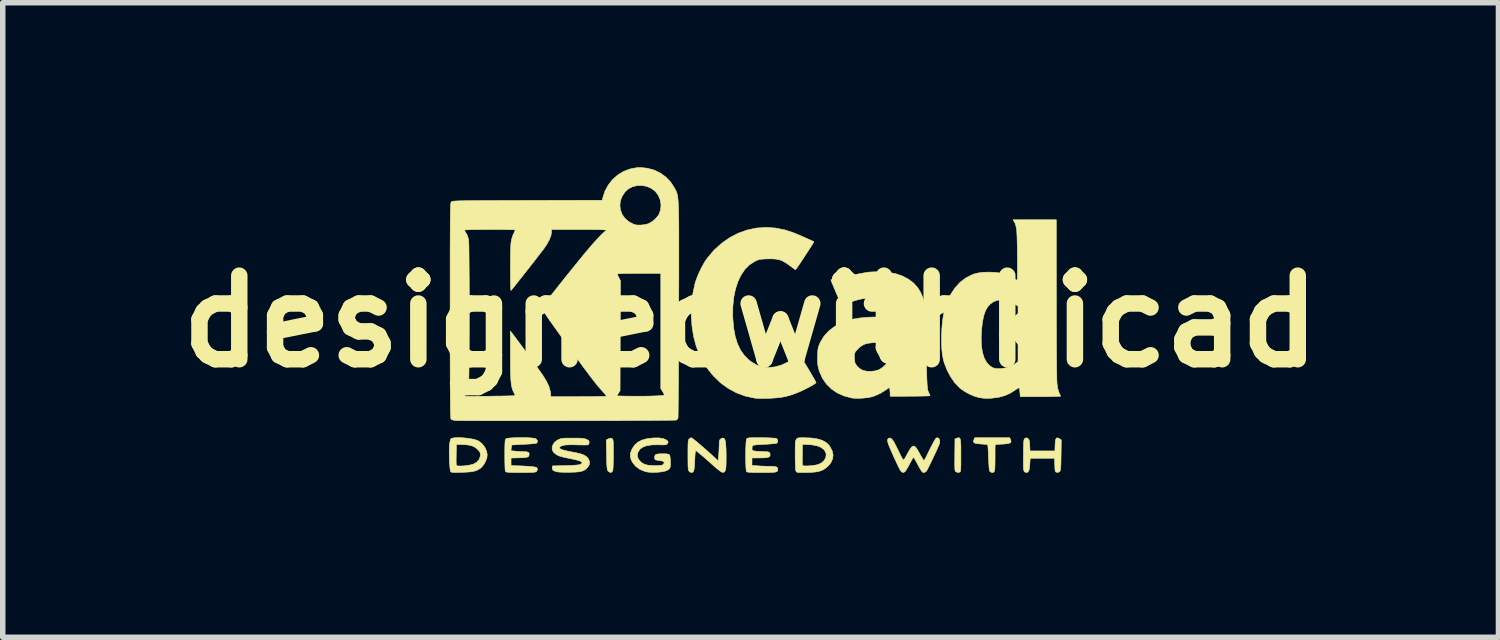
<source format=kicad_pcb>
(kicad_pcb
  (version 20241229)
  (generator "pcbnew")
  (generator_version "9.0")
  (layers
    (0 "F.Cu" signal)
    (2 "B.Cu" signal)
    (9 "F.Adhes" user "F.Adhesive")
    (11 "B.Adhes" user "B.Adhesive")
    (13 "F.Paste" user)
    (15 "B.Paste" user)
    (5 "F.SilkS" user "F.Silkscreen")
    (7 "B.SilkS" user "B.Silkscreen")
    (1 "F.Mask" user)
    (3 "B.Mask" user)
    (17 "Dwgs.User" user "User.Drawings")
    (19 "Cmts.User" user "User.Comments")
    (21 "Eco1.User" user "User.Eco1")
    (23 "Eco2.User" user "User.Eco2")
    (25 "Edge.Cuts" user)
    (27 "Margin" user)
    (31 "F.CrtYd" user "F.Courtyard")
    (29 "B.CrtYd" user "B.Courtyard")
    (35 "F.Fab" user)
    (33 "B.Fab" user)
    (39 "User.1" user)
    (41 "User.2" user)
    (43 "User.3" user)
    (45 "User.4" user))
  (footprint "designedwithkicad"
    (layer "F.Cu")
    (at 10.639 2.812)
    (property "Reference" "designedwithkicad" (at 0 0 0) (layer "F.SilkS") (effects (font (size 1.524 1.524) (thickness 0.3))))
    (attr through_hole)
    (fp_poly (pts (xy -2.524 2.136) (xy -2.51 2.163) (xy -2.506 2.188) (xy -2.504 2.233) (xy -2.503 2.293) (xy -2.502 2.363) (xy -2.502 2.438) (xy -2.503 2.514) (xy -2.505 2.585) (xy -2.507 2.646) (xy -2.51 2.693) (xy -2.513 2.72) (xy -2.514 2.723) (xy -2.534 2.75) (xy -2.562 2.754) (xy -2.593 2.735) (xy -2.598 2.73) (xy -2.606 2.719) (xy -2.612 2.703) (xy -2.616 2.68) (xy -2.62 2.645) (xy -2.623 2.595) (xy -2.625 2.527) (xy -2.627 2.438) (xy -2.627 2.432) (xy -2.632 2.161) (xy -2.593 2.141) (xy -2.552 2.128) (xy -2.524 2.136)) (stroke (width 0.01) (type solid)) (fill yes) (layer "F.SilkS"))
    (fp_poly (pts (xy 3.814 2.129) (xy 3.823 2.147) (xy 3.829 2.179) (xy 3.833 2.227) (xy 3.835 2.294) (xy 3.835 2.382) (xy 3.835 2.445) (xy 3.835 2.54) (xy 3.835 2.613) (xy 3.833 2.667) (xy 3.831 2.704) (xy 3.828 2.728) (xy 3.823 2.741) (xy 3.817 2.748) (xy 3.815 2.748) (xy 3.777 2.755) (xy 3.744 2.741) (xy 3.742 2.74) (xy 3.735 2.733) (xy 3.73 2.721) (xy 3.726 2.7) (xy 3.724 2.669) (xy 3.723 2.623) (xy 3.723 2.559) (xy 3.724 2.475) (xy 3.724 2.432) (xy 3.727 2.141) (xy 3.762 2.129) (xy 3.784 2.122) (xy 3.801 2.121) (xy 3.814 2.129)) (stroke (width 0.01) (type solid)) (fill yes) (layer "F.SilkS"))
    (fp_poly (pts (xy 4.74 2.154) (xy 4.749 2.183) (xy 4.746 2.204) (xy 4.726 2.218) (xy 4.688 2.228) (xy 4.629 2.235) (xy 4.596 2.237) (xy 4.541 2.24) (xy 4.497 2.243) (xy 4.468 2.245) (xy 4.461 2.246) (xy 4.46 2.259) (xy 4.459 2.293) (xy 4.458 2.344) (xy 4.458 2.409) (xy 4.458 2.484) (xy 4.458 2.487) (xy 4.457 2.576) (xy 4.456 2.643) (xy 4.453 2.692) (xy 4.447 2.724) (xy 4.439 2.743) (xy 4.426 2.753) (xy 4.41 2.756) (xy 4.405 2.756) (xy 4.378 2.747) (xy 4.365 2.738) (xy 4.358 2.724) (xy 4.352 2.696) (xy 4.348 2.652) (xy 4.344 2.588) (xy 4.34 2.502) (xy 4.339 2.489) (xy 4.336 2.414) (xy 4.333 2.349) (xy 4.33 2.297) (xy 4.326 2.263) (xy 4.324 2.249) (xy 4.308 2.245) (xy 4.274 2.241) (xy 4.226 2.237) (xy 4.201 2.235) (xy 4.135 2.23) (xy 4.093 2.221) (xy 4.07 2.206) (xy 4.064 2.185) (xy 4.074 2.154) (xy 4.074 2.154) (xy 4.089 2.121) (xy 4.725 2.121) (xy 4.74 2.154)) (stroke (width 0.01) (type solid)) (fill yes) (layer "F.SilkS"))
    (fp_poly (pts (xy 5.041 2.125) (xy 5.062 2.139) (xy 5.075 2.153) (xy 5.083 2.176) (xy 5.088 2.215) (xy 5.091 2.259) (xy 5.095 2.362) (xy 5.549 2.362) (xy 5.553 2.252) (xy 5.557 2.187) (xy 5.566 2.146) (xy 5.581 2.125) (xy 5.603 2.124) (xy 5.632 2.139) (xy 5.666 2.161) (xy 5.662 2.439) (xy 5.66 2.532) (xy 5.659 2.603) (xy 5.656 2.655) (xy 5.653 2.691) (xy 5.648 2.715) (xy 5.643 2.73) (xy 5.637 2.738) (xy 5.606 2.753) (xy 5.583 2.751) (xy 5.568 2.746) (xy 5.559 2.737) (xy 5.553 2.72) (xy 5.55 2.688) (xy 5.548 2.637) (xy 5.547 2.619) (xy 5.544 2.496) (xy 5.099 2.496) (xy 5.092 2.605) (xy 5.086 2.673) (xy 5.075 2.719) (xy 5.058 2.746) (xy 5.035 2.756) (xy 5.029 2.756) (xy 5.003 2.747) (xy 4.989 2.735) (xy 4.984 2.723) (xy 4.979 2.7) (xy 4.976 2.664) (xy 4.975 2.612) (xy 4.974 2.541) (xy 4.975 2.448) (xy 4.975 2.433) (xy 4.976 2.341) (xy 4.977 2.271) (xy 4.979 2.219) (xy 4.982 2.184) (xy 4.986 2.16) (xy 4.991 2.146) (xy 4.998 2.138) (xy 4.999 2.137) (xy 5.022 2.123) (xy 5.041 2.125)) (stroke (width 0.01) (type solid)) (fill yes) (layer "F.SilkS"))
    (fp_poly (pts (xy 0.979 2.121) (xy 1.109 2.126) (xy 1.217 2.142) (xy 1.305 2.168) (xy 1.375 2.207) (xy 1.429 2.257) (xy 1.444 2.278) (xy 1.487 2.358) (xy 1.504 2.435) (xy 1.495 2.508) (xy 1.462 2.579) (xy 1.419 2.631) (xy 1.371 2.674) (xy 1.32 2.707) (xy 1.261 2.73) (xy 1.19 2.745) (xy 1.103 2.753) (xy 0.995 2.756) (xy 0.989 2.756) (xy 0.925 2.756) (xy 0.881 2.755) (xy 0.855 2.752) (xy 0.839 2.746) (xy 0.831 2.736) (xy 0.825 2.723) (xy 0.821 2.701) (xy 0.818 2.658) (xy 0.815 2.598) (xy 0.814 2.526) (xy 0.813 2.492) (xy 0.942 2.492) (xy 0.942 2.55) (xy 0.943 2.595) (xy 0.944 2.621) (xy 0.945 2.625) (xy 0.96 2.632) (xy 0.995 2.636) (xy 1.042 2.635) (xy 1.096 2.632) (xy 1.152 2.625) (xy 1.203 2.616) (xy 1.233 2.609) (xy 1.295 2.579) (xy 1.341 2.536) (xy 1.37 2.485) (xy 1.378 2.43) (xy 1.372 2.395) (xy 1.341 2.341) (xy 1.289 2.299) (xy 1.214 2.269) (xy 1.118 2.251) (xy 1.048 2.246) (xy 0.946 2.242) (xy 0.943 2.425) (xy 0.942 2.492) (xy 0.813 2.492) (xy 0.813 2.445) (xy 0.813 2.427) (xy 0.813 2.331) (xy 0.814 2.257) (xy 0.817 2.203) (xy 0.825 2.166) (xy 0.838 2.142) (xy 0.859 2.128) (xy 0.889 2.122) (xy 0.93 2.121) (xy 0.979 2.121)) (stroke (width 0.01) (type solid)) (fill yes) (layer "F.SilkS"))
    (fp_poly (pts (xy -5.264 2.121) (xy -5.191 2.127) (xy -5.119 2.137) (xy -5.052 2.149) (xy -4.997 2.165) (xy -4.968 2.177) (xy -4.902 2.225) (xy -4.85 2.29) (xy -4.815 2.367) (xy -4.804 2.426) (xy -4.809 2.483) (xy -4.831 2.547) (xy -4.865 2.609) (xy -4.907 2.66) (xy -4.934 2.682) (xy -4.972 2.705) (xy -5.009 2.722) (xy -5.052 2.734) (xy -5.104 2.743) (xy -5.172 2.748) (xy -5.259 2.752) (xy -5.265 2.752) (xy -5.342 2.754) (xy -5.397 2.755) (xy -5.434 2.753) (xy -5.457 2.749) (xy -5.469 2.742) (xy -5.469 2.741) (xy -5.476 2.721) (xy -5.482 2.681) (xy -5.487 2.625) (xy -5.491 2.558) (xy -5.494 2.492) (xy -5.37 2.492) (xy -5.37 2.55) (xy -5.369 2.595) (xy -5.367 2.621) (xy -5.366 2.625) (xy -5.351 2.634) (xy -5.316 2.637) (xy -5.268 2.637) (xy -5.213 2.633) (xy -5.155 2.625) (xy -5.102 2.615) (xy -5.059 2.603) (xy -5.051 2.6) (xy -4.991 2.564) (xy -4.949 2.514) (xy -4.929 2.455) (xy -4.928 2.433) (xy -4.931 2.401) (xy -4.942 2.375) (xy -4.968 2.345) (xy -4.983 2.33) (xy -5.023 2.297) (xy -5.068 2.274) (xy -5.122 2.258) (xy -5.191 2.249) (xy -5.264 2.245) (xy -5.366 2.242) (xy -5.369 2.425) (xy -5.37 2.492) (xy -5.494 2.492) (xy -5.494 2.486) (xy -5.496 2.413) (xy -5.496 2.344) (xy -5.494 2.284) (xy -5.492 2.262) (xy -5.485 2.204) (xy -5.475 2.162) (xy -5.465 2.139) (xy -5.439 2.128) (xy -5.394 2.121) (xy -5.334 2.119) (xy -5.264 2.121)) (stroke (width 0.01) (type solid)) (fill yes) (layer "F.SilkS"))
    (fp_poly (pts (xy -1.067 2.129) (xy -1.035 2.153) (xy -0.989 2.19) (xy -0.931 2.239) (xy -0.862 2.298) (xy -0.786 2.365) (xy -0.705 2.438) (xy -0.699 2.444) (xy -0.591 2.542) (xy -0.583 2.449) (xy -0.578 2.385) (xy -0.575 2.314) (xy -0.573 2.258) (xy -0.572 2.207) (xy -0.568 2.175) (xy -0.56 2.156) (xy -0.546 2.143) (xy -0.541 2.139) (xy -0.51 2.126) (xy -0.485 2.132) (xy -0.471 2.15) (xy -0.46 2.19) (xy -0.453 2.25) (xy -0.448 2.333) (xy -0.446 2.44) (xy -0.446 2.515) (xy -0.447 2.595) (xy -0.45 2.654) (xy -0.455 2.695) (xy -0.463 2.722) (xy -0.475 2.74) (xy -0.485 2.748) (xy -0.497 2.753) (xy -0.511 2.753) (xy -0.529 2.746) (xy -0.554 2.731) (xy -0.588 2.705) (xy -0.633 2.668) (xy -0.692 2.617) (xy -0.766 2.55) (xy -0.779 2.539) (xy -0.841 2.484) (xy -0.897 2.437) (xy -0.943 2.398) (xy -0.978 2.37) (xy -0.998 2.356) (xy -1.002 2.355) (xy -1.006 2.369) (xy -1.011 2.404) (xy -1.015 2.455) (xy -1.018 2.517) (xy -1.019 2.539) (xy -1.023 2.62) (xy -1.028 2.678) (xy -1.035 2.717) (xy -1.046 2.741) (xy -1.061 2.753) (xy -1.079 2.756) (xy -1.104 2.747) (xy -1.122 2.733) (xy -1.129 2.722) (xy -1.134 2.705) (xy -1.138 2.68) (xy -1.141 2.641) (xy -1.142 2.587) (xy -1.143 2.513) (xy -1.143 2.436) (xy -1.143 2.345) (xy -1.142 2.277) (xy -1.141 2.226) (xy -1.138 2.191) (xy -1.134 2.168) (xy -1.129 2.153) (xy -1.122 2.144) (xy -1.12 2.142) (xy -1.096 2.126) (xy -1.082 2.121) (xy -1.067 2.129)) (stroke (width 0.01) (type solid)) (fill yes) (layer "F.SilkS"))
    (fp_poly (pts (xy -1.597 2.135) (xy -1.542 2.158) (xy -1.522 2.173) (xy -1.505 2.194) (xy -1.507 2.212) (xy -1.515 2.227) (xy -1.525 2.238) (xy -1.537 2.246) (xy -1.558 2.25) (xy -1.591 2.252) (xy -1.643 2.251) (xy -1.679 2.25) (xy -1.796 2.251) (xy -1.89 2.265) (xy -1.964 2.291) (xy -2.017 2.329) (xy -2.051 2.38) (xy -2.059 2.401) (xy -2.065 2.456) (xy -2.049 2.507) (xy -2.009 2.556) (xy -1.999 2.565) (xy -1.961 2.592) (xy -1.918 2.611) (xy -1.863 2.623) (xy -1.792 2.628) (xy -1.738 2.629) (xy -1.676 2.628) (xy -1.635 2.625) (xy -1.609 2.618) (xy -1.594 2.608) (xy -1.576 2.581) (xy -1.582 2.56) (xy -1.613 2.545) (xy -1.653 2.539) (xy -1.694 2.533) (xy -1.726 2.526) (xy -1.738 2.522) (xy -1.751 2.501) (xy -1.752 2.47) (xy -1.742 2.441) (xy -1.728 2.426) (xy -1.702 2.419) (xy -1.66 2.415) (xy -1.61 2.414) (xy -1.559 2.414) (xy -1.516 2.418) (xy -1.489 2.424) (xy -1.486 2.425) (xy -1.474 2.444) (xy -1.467 2.483) (xy -1.463 2.533) (xy -1.461 2.599) (xy -1.464 2.645) (xy -1.474 2.676) (xy -1.493 2.698) (xy -1.523 2.716) (xy -1.534 2.721) (xy -1.583 2.736) (xy -1.649 2.746) (xy -1.725 2.752) (xy -1.801 2.753) (xy -1.87 2.748) (xy -1.919 2.739) (xy -2.014 2.701) (xy -2.092 2.646) (xy -2.151 2.575) (xy -2.178 2.524) (xy -2.194 2.464) (xy -2.192 2.406) (xy -2.169 2.341) (xy -2.161 2.324) (xy -2.116 2.256) (xy -2.058 2.203) (xy -1.984 2.165) (xy -1.893 2.139) (xy -1.781 2.126) (xy -1.772 2.125) (xy -1.674 2.124) (xy -1.597 2.135)) (stroke (width 0.01) (type solid)) (fill yes) (layer "F.SilkS"))
    (fp_poly (pts (xy -4.13 2.119) (xy -4.06 2.121) (xy -3.998 2.125) (xy -3.949 2.131) (xy -3.919 2.138) (xy -3.914 2.141) (xy -3.891 2.168) (xy -3.888 2.197) (xy -3.902 2.219) (xy -3.92 2.224) (xy -3.958 2.229) (xy -4.012 2.234) (xy -4.079 2.238) (xy -4.134 2.241) (xy -4.205 2.244) (xy -4.267 2.248) (xy -4.315 2.251) (xy -4.345 2.253) (xy -4.354 2.254) (xy -4.358 2.268) (xy -4.363 2.298) (xy -4.365 2.308) (xy -4.372 2.358) (xy -4.284 2.366) (xy -4.229 2.371) (xy -4.173 2.374) (xy -4.138 2.375) (xy -4.086 2.377) (xy -4.055 2.386) (xy -4.041 2.402) (xy -4.039 2.418) (xy -4.041 2.443) (xy -4.049 2.461) (xy -4.068 2.473) (xy -4.101 2.481) (xy -4.152 2.485) (xy -4.216 2.487) (xy -4.369 2.491) (xy -4.369 2.629) (xy -4.328 2.63) (xy -4.204 2.634) (xy -4.1 2.639) (xy -4.016 2.645) (xy -3.953 2.652) (xy -3.914 2.66) (xy -3.898 2.667) (xy -3.887 2.7) (xy -3.9 2.729) (xy -3.906 2.736) (xy -3.916 2.743) (xy -3.934 2.748) (xy -3.962 2.752) (xy -4.004 2.754) (xy -4.062 2.755) (xy -4.142 2.756) (xy -4.189 2.756) (xy -4.288 2.755) (xy -4.364 2.754) (xy -4.418 2.751) (xy -4.452 2.747) (xy -4.467 2.741) (xy -4.468 2.741) (xy -4.473 2.726) (xy -4.478 2.695) (xy -4.48 2.643) (xy -4.482 2.571) (xy -4.483 2.476) (xy -4.483 2.443) (xy -4.483 2.349) (xy -4.482 2.277) (xy -4.48 2.224) (xy -4.478 2.187) (xy -4.474 2.163) (xy -4.468 2.148) (xy -4.463 2.141) (xy -4.443 2.133) (xy -4.402 2.127) (xy -4.345 2.123) (xy -4.278 2.12) (xy -4.205 2.119) (xy -4.13 2.119)) (stroke (width 0.01) (type solid)) (fill yes) (layer "F.SilkS"))
    (fp_poly (pts (xy 0.196 2.12) (xy 0.276 2.121) (xy 0.347 2.124) (xy 0.407 2.127) (xy 0.449 2.13) (xy 0.471 2.134) (xy 0.472 2.135) (xy 0.49 2.157) (xy 0.495 2.188) (xy 0.483 2.216) (xy 0.479 2.219) (xy 0.462 2.224) (xy 0.424 2.229) (xy 0.369 2.234) (xy 0.303 2.239) (xy 0.254 2.241) (xy 0.165 2.246) (xy 0.098 2.251) (xy 0.055 2.258) (xy 0.036 2.264) (xy 0.035 2.265) (xy 0.028 2.287) (xy 0.026 2.319) (xy 0.027 2.341) (xy 0.034 2.353) (xy 0.053 2.36) (xy 0.09 2.365) (xy 0.103 2.367) (xy 0.163 2.371) (xy 0.229 2.374) (xy 0.261 2.375) (xy 0.31 2.377) (xy 0.338 2.385) (xy 0.352 2.404) (xy 0.356 2.436) (xy 0.356 2.439) (xy 0.35 2.459) (xy 0.332 2.473) (xy 0.297 2.483) (xy 0.244 2.488) (xy 0.169 2.489) (xy 0.166 2.489) (xy 0.025 2.489) (xy 0.025 2.625) (xy 0.123 2.633) (xy 0.182 2.637) (xy 0.254 2.64) (xy 0.325 2.642) (xy 0.342 2.642) (xy 0.408 2.643) (xy 0.452 2.648) (xy 0.479 2.658) (xy 0.492 2.675) (xy 0.495 2.699) (xy 0.494 2.717) (xy 0.488 2.731) (xy 0.474 2.741) (xy 0.449 2.748) (xy 0.41 2.752) (xy 0.355 2.755) (xy 0.279 2.756) (xy 0.203 2.756) (xy 0.104 2.755) (xy 0.029 2.754) (xy -0.024 2.751) (xy -0.058 2.747) (xy -0.073 2.741) (xy -0.074 2.741) (xy -0.079 2.723) (xy -0.084 2.684) (xy -0.087 2.629) (xy -0.089 2.562) (xy -0.09 2.487) (xy -0.09 2.41) (xy -0.089 2.335) (xy -0.086 2.266) (xy -0.083 2.208) (xy -0.079 2.165) (xy -0.073 2.143) (xy -0.072 2.141) (xy -0.065 2.134) (xy -0.052 2.128) (xy -0.031 2.124) (xy 0.002 2.122) (xy 0.05 2.12) (xy 0.117 2.12) (xy 0.196 2.12)) (stroke (width 0.01) (type solid)) (fill yes) (layer "F.SilkS"))
    (fp_poly (pts (xy -3.245 2.128) (xy -3.162 2.128) (xy -3.1 2.13) (xy -3.055 2.134) (xy -3.022 2.14) (xy -2.997 2.148) (xy -2.994 2.149) (xy -2.964 2.166) (xy -2.946 2.183) (xy -2.945 2.187) (xy -2.947 2.226) (xy -2.961 2.249) (xy -2.962 2.249) (xy -2.978 2.252) (xy -3.015 2.253) (xy -3.068 2.253) (xy -3.133 2.252) (xy -3.174 2.251) (xy -3.27 2.249) (xy -3.345 2.251) (xy -3.401 2.256) (xy -3.441 2.266) (xy -3.468 2.281) (xy -3.48 2.292) (xy -3.485 2.308) (xy -3.472 2.323) (xy -3.439 2.338) (xy -3.385 2.354) (xy -3.308 2.371) (xy -3.26 2.38) (xy -3.168 2.398) (xy -3.098 2.415) (xy -3.046 2.434) (xy -3.007 2.456) (xy -2.978 2.481) (xy -2.962 2.502) (xy -2.938 2.554) (xy -2.939 2.603) (xy -2.964 2.651) (xy -2.967 2.654) (xy -2.999 2.688) (xy -3.034 2.713) (xy -3.075 2.731) (xy -3.128 2.742) (xy -3.196 2.748) (xy -3.285 2.751) (xy -3.289 2.751) (xy -3.36 2.752) (xy -3.427 2.75) (xy -3.483 2.748) (xy -3.522 2.744) (xy -3.529 2.743) (xy -3.579 2.728) (xy -3.608 2.709) (xy -3.618 2.681) (xy -3.617 2.668) (xy -3.613 2.635) (xy -3.372 2.629) (xy -3.268 2.625) (xy -3.19 2.621) (xy -3.136 2.615) (xy -3.105 2.608) (xy -3.102 2.606) (xy -3.079 2.589) (xy -3.073 2.573) (xy -3.087 2.558) (xy -3.121 2.542) (xy -3.177 2.526) (xy -3.257 2.508) (xy -3.297 2.5) (xy -3.38 2.483) (xy -3.442 2.468) (xy -3.489 2.454) (xy -3.525 2.438) (xy -3.555 2.419) (xy -3.583 2.396) (xy -3.585 2.395) (xy -3.614 2.354) (xy -3.621 2.306) (xy -3.609 2.257) (xy -3.579 2.209) (xy -3.531 2.17) (xy -3.51 2.158) (xy -3.485 2.146) (xy -3.46 2.138) (xy -3.432 2.133) (xy -3.395 2.129) (xy -3.344 2.128) (xy -3.274 2.128) (xy -3.245 2.128)) (stroke (width 0.01) (type solid)) (fill yes) (layer "F.SilkS"))
    (fp_poly (pts (xy 3.439 2.141) (xy 3.45 2.173) (xy 3.448 2.215) (xy 3.44 2.24) (xy 3.422 2.282) (xy 3.398 2.338) (xy 3.368 2.402) (xy 3.336 2.47) (xy 3.304 2.539) (xy 3.272 2.603) (xy 3.245 2.659) (xy 3.222 2.702) (xy 3.208 2.728) (xy 3.204 2.733) (xy 3.176 2.751) (xy 3.155 2.756) (xy 3.14 2.752) (xy 3.125 2.739) (xy 3.106 2.713) (xy 3.081 2.67) (xy 3.052 2.616) (xy 3.023 2.563) (xy 2.999 2.519) (xy 2.98 2.489) (xy 2.971 2.477) (xy 2.971 2.477) (xy 2.962 2.487) (xy 2.945 2.516) (xy 2.922 2.557) (xy 2.902 2.594) (xy 2.875 2.646) (xy 2.849 2.69) (xy 2.83 2.722) (xy 2.822 2.734) (xy 2.792 2.754) (xy 2.761 2.749) (xy 2.738 2.727) (xy 2.722 2.7) (xy 2.699 2.655) (xy 2.67 2.595) (xy 2.638 2.525) (xy 2.603 2.45) (xy 2.57 2.375) (xy 2.541 2.308) (xy 2.514 2.241) (xy 2.499 2.192) (xy 2.497 2.159) (xy 2.507 2.138) (xy 2.523 2.128) (xy 2.544 2.126) (xy 2.566 2.137) (xy 2.59 2.163) (xy 2.618 2.206) (xy 2.651 2.27) (xy 2.687 2.342) (xy 2.717 2.404) (xy 2.744 2.458) (xy 2.767 2.499) (xy 2.782 2.522) (xy 2.787 2.527) (xy 2.799 2.517) (xy 2.818 2.489) (xy 2.841 2.448) (xy 2.849 2.432) (xy 2.887 2.363) (xy 2.917 2.315) (xy 2.942 2.286) (xy 2.964 2.274) (xy 2.971 2.273) (xy 2.988 2.277) (xy 3.005 2.289) (xy 3.025 2.313) (xy 3.05 2.353) (xy 3.083 2.411) (xy 3.093 2.429) (xy 3.12 2.476) (xy 3.142 2.512) (xy 3.157 2.535) (xy 3.162 2.539) (xy 3.169 2.528) (xy 3.186 2.498) (xy 3.21 2.452) (xy 3.239 2.394) (xy 3.267 2.336) (xy 3.301 2.269) (xy 3.331 2.211) (xy 3.357 2.165) (xy 3.377 2.135) (xy 3.387 2.125) (xy 3.417 2.123) (xy 3.439 2.141)) (stroke (width 0.01) (type solid)) (fill yes) (layer "F.SilkS"))
    (fp_poly (pts (xy 0.457 -1.703) (xy 0.636 -1.666) (xy 0.792 -1.614) (xy 0.833 -1.597) (xy 0.886 -1.574) (xy 0.944 -1.549) (xy 1.003 -1.523) (xy 1.059 -1.498) (xy 1.106 -1.477) (xy 1.139 -1.461) (xy 1.154 -1.453) (xy 1.148 -1.442) (xy 1.131 -1.414) (xy 1.105 -1.371) (xy 1.071 -1.319) (xy 1.033 -1.26) (xy 0.992 -1.197) (xy 0.952 -1.136) (xy 0.914 -1.079) (xy 0.881 -1.029) (xy 0.855 -0.992) (xy 0.839 -0.969) (xy 0.817 -0.942) (xy 0.717 -1.016) (xy 0.645 -1.067) (xy 0.582 -1.103) (xy 0.521 -1.126) (xy 0.454 -1.138) (xy 0.375 -1.142) (xy 0.316 -1.141) (xy 0.249 -1.139) (xy 0.2 -1.135) (xy 0.164 -1.13) (xy 0.132 -1.121) (xy 0.1 -1.107) (xy 0.073 -1.093) (xy -0.021 -1.033) (xy -0.103 -0.95) (xy -0.173 -0.848) (xy -0.231 -0.728) (xy -0.276 -0.591) (xy -0.307 -0.44) (xy -0.324 -0.275) (xy -0.326 -0.099) (xy -0.324 -0.051) (xy -0.309 0.121) (xy -0.281 0.273) (xy -0.24 0.405) (xy -0.185 0.52) (xy -0.116 0.618) (xy -0.031 0.703) (xy 0.003 0.73) (xy 0.102 0.79) (xy 0.209 0.827) (xy 0.322 0.84) (xy 0.438 0.83) (xy 0.556 0.798) (xy 0.673 0.744) (xy 0.787 0.667) (xy 0.817 0.643) (xy 0.851 0.615) (xy 0.871 0.602) (xy 0.883 0.602) (xy 0.894 0.612) (xy 0.897 0.616) (xy 0.913 0.639) (xy 0.937 0.678) (xy 0.968 0.729) (xy 1.004 0.788) (xy 1.043 0.852) (xy 1.081 0.916) (xy 1.117 0.977) (xy 1.149 1.031) (xy 1.173 1.075) (xy 1.189 1.104) (xy 1.194 1.114) (xy 1.183 1.127) (xy 1.153 1.148) (xy 1.107 1.175) (xy 1.051 1.206) (xy 0.986 1.239) (xy 0.919 1.271) (xy 0.879 1.289) (xy 0.808 1.317) (xy 0.728 1.344) (xy 0.652 1.366) (xy 0.626 1.372) (xy 0.55 1.385) (xy 0.458 1.395) (xy 0.358 1.401) (xy 0.259 1.405) (xy 0.166 1.404) (xy 0.089 1.4) (xy 0.068 1.397) (xy -0.1 1.361) (xy -0.26 1.301) (xy -0.411 1.219) (xy -0.551 1.117) (xy -0.678 0.994) (xy -0.791 0.854) (xy -0.888 0.696) (xy -0.926 0.621) (xy -0.991 0.456) (xy -1.039 0.276) (xy -1.069 0.086) (xy -1.082 -0.111) (xy -1.077 -0.309) (xy -1.054 -0.504) (xy -1.013 -0.693) (xy -1.009 -0.709) (xy -0.978 -0.798) (xy -0.937 -0.895) (xy -0.889 -0.993) (xy -0.839 -1.082) (xy -0.794 -1.149) (xy -0.669 -1.297) (xy -0.532 -1.422) (xy -0.384 -1.526) (xy -0.228 -1.608) (xy -0.064 -1.667) (xy 0.106 -1.703) (xy 0.28 -1.715) (xy 0.457 -1.703)) (stroke (width 0.01) (type solid)) (fill yes) (layer "F.SilkS"))
    (fp_poly (pts (xy 5.576 -0.429) (xy 5.576 -0.238) (xy 5.576 -0.052) (xy 5.577 0.126) (xy 5.577 0.296) (xy 5.578 0.455) (xy 5.579 0.601) (xy 5.58 0.733) (xy 5.581 0.849) (xy 5.583 0.948) (xy 5.584 1.026) (xy 5.586 1.083) (xy 5.587 1.117) (xy 5.587 1.121) (xy 5.598 1.207) (xy 5.615 1.274) (xy 5.625 1.299) (xy 5.641 1.333) (xy 5.65 1.357) (xy 5.652 1.363) (xy 5.639 1.365) (xy 5.605 1.367) (xy 5.551 1.369) (xy 5.482 1.37) (xy 5.4 1.371) (xy 5.308 1.372) (xy 5.285 1.372) (xy 4.918 1.372) (xy 4.912 1.296) (xy 4.908 1.254) (xy 4.903 1.223) (xy 4.899 1.212) (xy 4.885 1.214) (xy 4.858 1.229) (xy 4.83 1.248) (xy 4.736 1.308) (xy 4.639 1.352) (xy 4.534 1.381) (xy 4.413 1.398) (xy 4.369 1.402) (xy 4.26 1.402) (xy 4.172 1.39) (xy 4.084 1.365) (xy 3.991 1.325) (xy 3.901 1.276) (xy 3.825 1.222) (xy 3.813 1.212) (xy 3.728 1.124) (xy 3.652 1.016) (xy 3.586 0.894) (xy 3.534 0.763) (xy 3.517 0.705) (xy 3.499 0.616) (xy 3.487 0.507) (xy 3.481 0.386) (xy 3.482 0.305) (xy 4.205 0.305) (xy 4.21 0.445) (xy 4.228 0.565) (xy 4.259 0.665) (xy 4.303 0.745) (xy 4.361 0.808) (xy 4.413 0.843) (xy 4.459 0.858) (xy 4.52 0.862) (xy 4.589 0.858) (xy 4.659 0.845) (xy 4.722 0.825) (xy 4.728 0.822) (xy 4.774 0.799) (xy 4.817 0.776) (xy 4.839 0.762) (xy 4.877 0.735) (xy 4.877 -0.279) (xy 4.827 -0.311) (xy 4.763 -0.343) (xy 4.69 -0.371) (xy 4.617 -0.388) (xy 4.562 -0.394) (xy 4.492 -0.383) (xy 4.431 -0.359) (xy 4.371 -0.318) (xy 4.321 -0.263) (xy 4.281 -0.19) (xy 4.25 -0.099) (xy 4.228 0.013) (xy 4.213 0.144) (xy 4.205 0.305) (xy 3.482 0.305) (xy 3.482 0.257) (xy 3.488 0.127) (xy 3.499 0.001) (xy 3.517 -0.116) (xy 3.532 -0.19) (xy 3.582 -0.348) (xy 3.646 -0.488) (xy 3.726 -0.61) (xy 3.819 -0.712) (xy 3.926 -0.794) (xy 4.046 -0.855) (xy 4.071 -0.864) (xy 4.15 -0.884) (xy 4.245 -0.896) (xy 4.35 -0.899) (xy 4.456 -0.894) (xy 4.558 -0.882) (xy 4.636 -0.864) (xy 4.669 -0.851) (xy 4.714 -0.829) (xy 4.763 -0.802) (xy 4.767 -0.799) (xy 4.809 -0.776) (xy 4.841 -0.76) (xy 4.859 -0.754) (xy 4.861 -0.755) (xy 4.863 -0.769) (xy 4.865 -0.806) (xy 4.866 -0.861) (xy 4.867 -0.931) (xy 4.867 -1.013) (xy 4.867 -1.102) (xy 4.866 -1.195) (xy 4.865 -1.29) (xy 4.863 -1.381) (xy 4.861 -1.467) (xy 4.859 -1.542) (xy 4.856 -1.605) (xy 4.853 -1.65) (xy 4.852 -1.668) (xy 4.84 -1.732) (xy 4.825 -1.785) (xy 4.812 -1.811) (xy 4.786 -1.854) (xy 5.575 -1.854) (xy 5.576 -0.429)) (stroke (width 0.01) (type solid)) (fill yes) (layer "F.SilkS"))
    (fp_poly (pts (xy 2.361 -0.903) (xy 2.465 -0.897) (xy 2.561 -0.886) (xy 2.642 -0.871) (xy 2.648 -0.87) (xy 2.77 -0.828) (xy 2.879 -0.77) (xy 2.974 -0.698) (xy 3.049 -0.614) (xy 3.099 -0.531) (xy 3.117 -0.491) (xy 3.133 -0.454) (xy 3.146 -0.418) (xy 3.157 -0.38) (xy 3.166 -0.338) (xy 3.174 -0.29) (xy 3.18 -0.233) (xy 3.185 -0.164) (xy 3.189 -0.083) (xy 3.192 0.015) (xy 3.195 0.131) (xy 3.198 0.267) (xy 3.2 0.427) (xy 3.201 0.432) (xy 3.203 0.596) (xy 3.206 0.737) (xy 3.209 0.856) (xy 3.211 0.956) (xy 3.214 1.038) (xy 3.217 1.105) (xy 3.22 1.159) (xy 3.224 1.201) (xy 3.228 1.234) (xy 3.233 1.259) (xy 3.239 1.278) (xy 3.246 1.294) (xy 3.253 1.307) (xy 3.267 1.335) (xy 3.272 1.353) (xy 3.271 1.356) (xy 3.258 1.357) (xy 3.222 1.359) (xy 3.167 1.36) (xy 3.097 1.362) (xy 3.014 1.363) (xy 2.922 1.363) (xy 2.906 1.364) (xy 2.546 1.365) (xy 2.543 1.286) (xy 2.54 1.245) (xy 2.535 1.216) (xy 2.532 1.206) (xy 2.518 1.213) (xy 2.491 1.231) (xy 2.466 1.249) (xy 2.366 1.312) (xy 2.262 1.358) (xy 2.2 1.377) (xy 2.134 1.39) (xy 2.057 1.398) (xy 1.978 1.403) (xy 1.906 1.402) (xy 1.851 1.397) (xy 1.711 1.361) (xy 1.585 1.306) (xy 1.475 1.232) (xy 1.383 1.141) (xy 1.309 1.034) (xy 1.255 0.912) (xy 1.237 0.851) (xy 1.226 0.797) (xy 1.221 0.735) (xy 1.22 0.659) (xy 1.221 0.654) (xy 1.892 0.654) (xy 1.895 0.706) (xy 1.903 0.75) (xy 1.91 0.772) (xy 1.952 0.828) (xy 2.01 0.874) (xy 2.059 0.896) (xy 2.124 0.909) (xy 2.198 0.91) (xy 2.272 0.902) (xy 2.335 0.883) (xy 2.347 0.878) (xy 2.388 0.851) (xy 2.433 0.816) (xy 2.452 0.798) (xy 2.502 0.746) (xy 2.502 0.579) (xy 2.501 0.516) (xy 2.499 0.461) (xy 2.495 0.419) (xy 2.491 0.397) (xy 2.49 0.395) (xy 2.481 0.388) (xy 2.459 0.384) (xy 2.423 0.382) (xy 2.369 0.382) (xy 2.31 0.383) (xy 2.215 0.389) (xy 2.139 0.399) (xy 2.079 0.415) (xy 2.029 0.441) (xy 1.983 0.476) (xy 1.95 0.509) (xy 1.919 0.543) (xy 1.902 0.569) (xy 1.894 0.597) (xy 1.892 0.637) (xy 1.892 0.654) (xy 1.221 0.654) (xy 1.222 0.622) (xy 1.224 0.556) (xy 1.228 0.509) (xy 1.236 0.471) (xy 1.247 0.436) (xy 1.265 0.395) (xy 1.274 0.376) (xy 1.338 0.27) (xy 1.424 0.175) (xy 1.53 0.094) (xy 1.654 0.026) (xy 1.74 -0.008) (xy 1.856 -0.04) (xy 1.994 -0.063) (xy 2.152 -0.077) (xy 2.294 -0.081) (xy 2.364 -0.082) (xy 2.425 -0.084) (xy 2.472 -0.086) (xy 2.5 -0.088) (xy 2.507 -0.09) (xy 2.51 -0.108) (xy 2.506 -0.143) (xy 2.495 -0.188) (xy 2.479 -0.236) (xy 2.462 -0.28) (xy 2.454 -0.296) (xy 2.409 -0.357) (xy 2.363 -0.391) (xy 2.334 -0.407) (xy 2.307 -0.417) (xy 2.275 -0.422) (xy 2.232 -0.424) (xy 2.178 -0.424) (xy 2.105 -0.421) (xy 2.037 -0.413) (xy 1.967 -0.398) (xy 1.889 -0.375) (xy 1.797 -0.343) (xy 1.769 -0.332) (xy 1.664 -0.293) (xy 1.65 -0.32) (xy 1.639 -0.341) (xy 1.622 -0.38) (xy 1.6 -0.43) (xy 1.575 -0.488) (xy 1.549 -0.55) (xy 1.523 -0.611) (xy 1.5 -0.667) (xy 1.481 -0.712) (xy 1.469 -0.744) (xy 1.464 -0.757) (xy 1.464 -0.757) (xy 1.48 -0.763) (xy 1.516 -0.772) (xy 1.57 -0.785) (xy 1.636 -0.799) (xy 1.712 -0.815) (xy 1.793 -0.832) (xy 1.876 -0.848) (xy 1.956 -0.864) (xy 2.029 -0.878) (xy 2.092 -0.889) (xy 2.141 -0.897) (xy 2.167 -0.9) (xy 2.259 -0.905) (xy 2.361 -0.903)) (stroke (width 0.01) (type solid)) (fill yes) (layer "F.SilkS"))
    (fp_poly (pts (xy -1.882 -2.794) (xy -1.758 -2.76) (xy -1.644 -2.704) (xy -1.542 -2.63) (xy -1.456 -2.539) (xy -1.393 -2.441) (xy -1.382 -2.42) (xy -1.372 -2.402) (xy -1.362 -2.384) (xy -1.354 -2.366) (xy -1.347 -2.346) (xy -1.34 -2.324) (xy -1.334 -2.298) (xy -1.329 -2.266) (xy -1.325 -2.228) (xy -1.321 -2.183) (xy -1.318 -2.128) (xy -1.315 -2.064) (xy -1.313 -1.988) (xy -1.311 -1.899) (xy -1.31 -1.797) (xy -1.309 -1.679) (xy -1.309 -1.546) (xy -1.309 -1.395) (xy -1.309 -1.225) (xy -1.309 -1.035) (xy -1.309 -0.824) (xy -1.31 -0.59) (xy -1.311 -0.333) (xy -1.311 -0.217) (xy -1.311 0.004) (xy -1.312 0.219) (xy -1.313 0.426) (xy -1.313 0.623) (xy -1.314 0.809) (xy -1.315 0.983) (xy -1.316 1.143) (xy -1.318 1.288) (xy -1.319 1.417) (xy -1.32 1.528) (xy -1.321 1.619) (xy -1.322 1.69) (xy -1.323 1.739) (xy -1.325 1.764) (xy -1.325 1.767) (xy -1.345 1.792) (xy -1.357 1.799) (xy -1.371 1.8) (xy -1.409 1.801) (xy -1.47 1.802) (xy -1.55 1.803) (xy -1.65 1.804) (xy -1.766 1.805) (xy -1.898 1.806) (xy -2.044 1.806) (xy -2.202 1.807) (xy -2.37 1.808) (xy -2.547 1.808) (xy -2.731 1.809) (xy -2.921 1.81) (xy -3.114 1.81) (xy -3.309 1.81) (xy -3.505 1.811) (xy -3.7 1.811) (xy -3.892 1.811) (xy -4.079 1.811) (xy -4.26 1.811) (xy -4.433 1.811) (xy -4.597 1.811) (xy -4.749 1.811) (xy -4.889 1.811) (xy -5.014 1.81) (xy -5.122 1.81) (xy -5.213 1.809) (xy -5.285 1.809) (xy -5.335 1.808) (xy -5.361 1.807) (xy -5.419 1.801) (xy -5.454 1.789) (xy -5.463 1.782) (xy -5.465 1.775) (xy -5.468 1.761) (xy -5.469 1.738) (xy -5.471 1.706) (xy -5.473 1.662) (xy -5.474 1.606) (xy -5.475 1.538) (xy -5.476 1.455) (xy -5.477 1.356) (xy -5.478 1.242) (xy -5.478 1.11) (xy -5.479 0.959) (xy -5.479 0.789) (xy -5.48 0.598) (xy -5.48 0.385) (xy -5.48 0.149) (xy -5.48 -0.11) (xy -5.48 -0.198) (xy -5.48 -0.46) (xy -5.48 -0.697) (xy -5.48 -0.91) (xy -5.48 -1.103) (xy -5.48 -1.274) (xy -5.479 -1.426) (xy -5.479 -1.56) (xy -5.478 -1.667) (xy -5.22 -1.667) (xy -5.213 -1.651) (xy -5.197 -1.623) (xy -5.187 -1.609) (xy -5.166 -1.568) (xy -5.149 -1.516) (xy -5.143 -1.489) (xy -5.141 -1.464) (xy -5.139 -1.415) (xy -5.137 -1.346) (xy -5.136 -1.258) (xy -5.135 -1.153) (xy -5.134 -1.034) (xy -5.133 -0.902) (xy -5.132 -0.76) (xy -5.131 -0.609) (xy -5.131 -0.453) (xy -5.131 -0.292) (xy -5.131 -0.13) (xy -5.131 0.032) (xy -5.131 0.192) (xy -5.132 0.347) (xy -5.132 0.495) (xy -5.133 0.634) (xy -5.134 0.763) (xy -5.136 0.878) (xy -5.137 0.978) (xy -5.139 1.061) (xy -5.14 1.124) (xy -5.142 1.166) (xy -5.144 1.182) (xy -5.158 1.232) (xy -5.178 1.28) (xy -5.188 1.298) (xy -5.209 1.331) (xy -5.218 1.349) (xy -5.213 1.358) (xy -5.197 1.364) (xy -5.181 1.365) (xy -5.143 1.366) (xy -5.087 1.366) (xy -5.016 1.366) (xy -4.935 1.365) (xy -4.847 1.365) (xy -4.754 1.364) (xy -4.662 1.362) (xy -4.572 1.361) (xy -4.489 1.36) (xy -4.417 1.358) (xy -4.358 1.356) (xy -4.317 1.355) (xy -4.296 1.353) (xy -4.295 1.353) (xy -4.298 1.34) (xy -4.31 1.312) (xy -4.324 1.284) (xy -4.338 1.253) (xy -4.349 1.219) (xy -4.359 1.179) (xy -4.366 1.131) (xy -4.372 1.071) (xy -4.376 0.998) (xy -4.379 0.909) (xy -4.38 0.801) (xy -4.381 0.671) (xy -4.381 0.605) (xy -4.381 0.176) (xy -4.333 0.237) (xy -4.308 0.27) (xy -4.271 0.32) (xy -4.224 0.383) (xy -4.17 0.456) (xy -4.112 0.535) (xy -4.052 0.618) (xy -3.992 0.7) (xy -3.935 0.779) (xy -3.883 0.85) (xy -3.84 0.911) (xy -3.807 0.957) (xy -3.788 0.984) (xy -3.723 1.091) (xy -3.678 1.185) (xy -3.654 1.27) (xy -3.65 1.293) (xy -3.642 1.372) (xy -3.135 1.372) (xy -3.025 1.371) (xy -2.922 1.371) (xy -2.831 1.37) (xy -2.754 1.368) (xy -2.693 1.367) (xy -2.651 1.365) (xy -2.63 1.362) (xy -2.629 1.362) (xy -2.631 1.358) (xy -2.44 1.358) (xy -2.296 1.362) (xy -2.199 1.363) (xy -2.099 1.364) (xy -1.999 1.364) (xy -1.902 1.363) (xy -1.812 1.361) (xy -1.732 1.358) (xy -1.665 1.355) (xy -1.615 1.351) (xy -1.584 1.347) (xy -1.575 1.343) (xy -1.581 1.323) (xy -1.597 1.292) (xy -1.606 1.276) (xy -1.638 1.226) (xy -1.638 -0.876) (xy -2.018 -0.876) (xy -2.115 -0.876) (xy -2.203 -0.875) (xy -2.281 -0.874) (xy -2.344 -0.873) (xy -2.39 -0.871) (xy -2.415 -0.87) (xy -2.417 -0.869) (xy -2.427 -0.861) (xy -2.426 -0.846) (xy -2.412 -0.816) (xy -2.405 -0.803) (xy -2.374 -0.744) (xy -2.378 0.26) (xy -2.381 1.264) (xy -2.411 1.311) (xy -2.44 1.358) (xy -2.631 1.358) (xy -2.637 1.349) (xy -2.659 1.322) (xy -2.691 1.284) (xy -2.726 1.245) (xy -2.761 1.206) (xy -2.8 1.159) (xy -2.845 1.103) (xy -2.896 1.037) (xy -2.955 0.959) (xy -3.024 0.868) (xy -3.103 0.76) (xy -3.193 0.636) (xy -3.297 0.493) (xy -3.323 0.457) (xy -3.428 0.311) (xy -3.519 0.185) (xy -3.596 0.077) (xy -3.66 -0.014) (xy -3.711 -0.088) (xy -3.751 -0.146) (xy -3.78 -0.191) (xy -3.799 -0.222) (xy -3.809 -0.241) (xy -3.81 -0.246) (xy -3.802 -0.26) (xy -3.78 -0.291) (xy -3.745 -0.338) (xy -3.699 -0.398) (xy -3.643 -0.47) (xy -3.579 -0.552) (xy -3.509 -0.641) (xy -3.434 -0.735) (xy -3.356 -0.833) (xy -3.276 -0.932) (xy -3.197 -1.03) (xy -3.119 -1.126) (xy -3.045 -1.217) (xy -2.984 -1.29) (xy -2.925 -1.359) (xy -2.866 -1.427) (xy -2.808 -1.49) (xy -2.755 -1.547) (xy -2.709 -1.594) (xy -2.672 -1.628) (xy -2.647 -1.648) (xy -2.64 -1.651) (xy -2.629 -1.661) (xy -2.629 -1.664) (xy -2.642 -1.667) (xy -2.679 -1.67) (xy -2.741 -1.673) (xy -2.826 -1.675) (xy -2.934 -1.676) (xy -3.065 -1.676) (xy -3.131 -1.676) (xy -3.632 -1.676) (xy -3.632 -1.622) (xy -3.642 -1.564) (xy -3.669 -1.494) (xy -3.711 -1.415) (xy -3.766 -1.333) (xy -3.794 -1.296) (xy -3.833 -1.245) (xy -3.881 -1.184) (xy -3.934 -1.114) (xy -3.993 -1.039) (xy -4.053 -0.962) (xy -4.114 -0.885) (xy -4.173 -0.81) (xy -4.228 -0.741) (xy -4.276 -0.679) (xy -4.317 -0.628) (xy -4.348 -0.59) (xy -4.366 -0.569) (xy -4.37 -0.564) (xy -4.373 -0.574) (xy -4.376 -0.606) (xy -4.378 -0.657) (xy -4.379 -0.723) (xy -4.38 -0.8) (xy -4.381 -0.885) (xy -4.381 -0.975) (xy -4.38 -1.066) (xy -4.379 -1.155) (xy -4.378 -1.238) (xy -4.376 -1.312) (xy -4.374 -1.374) (xy -4.371 -1.419) (xy -4.37 -1.432) (xy -4.357 -1.503) (xy -4.336 -1.569) (xy -4.326 -1.592) (xy -4.308 -1.63) (xy -4.296 -1.658) (xy -4.293 -1.668) (xy -4.305 -1.67) (xy -4.34 -1.672) (xy -4.394 -1.673) (xy -4.466 -1.675) (xy -4.551 -1.676) (xy -4.648 -1.676) (xy -4.754 -1.676) (xy -4.756 -1.676) (xy -4.862 -1.676) (xy -4.959 -1.675) (xy -5.045 -1.674) (xy -5.117 -1.673) (xy -5.172 -1.671) (xy -5.207 -1.669) (xy -5.22 -1.667) (xy -5.22 -1.667) (xy -5.478 -1.667) (xy -5.478 -1.677) (xy -5.478 -1.778) (xy -5.477 -1.864) (xy -5.476 -1.936) (xy -5.475 -1.997) (xy -5.474 -2.046) (xy -5.472 -2.085) (xy -5.471 -2.115) (xy -2.384 -2.115) (xy -2.373 -2.03) (xy -2.342 -1.95) (xy -2.291 -1.879) (xy -2.221 -1.819) (xy -2.133 -1.773) (xy -2.108 -1.764) (xy -2.064 -1.757) (xy -2.006 -1.757) (xy -1.942 -1.764) (xy -1.884 -1.776) (xy -1.852 -1.788) (xy -1.796 -1.82) (xy -1.74 -1.867) (xy -1.693 -1.92) (xy -1.67 -1.955) (xy -1.641 -2.038) (xy -1.634 -2.126) (xy -1.648 -2.214) (xy -1.681 -2.297) (xy -1.734 -2.368) (xy -1.738 -2.372) (xy -1.809 -2.427) (xy -1.89 -2.462) (xy -1.977 -2.479) (xy -2.066 -2.478) (xy -2.151 -2.458) (xy -2.227 -2.419) (xy -2.285 -2.368) (xy -2.341 -2.287) (xy -2.374 -2.202) (xy -2.384 -2.115) (xy -5.471 -2.115) (xy -5.471 -2.116) (xy -5.469 -2.139) (xy -5.467 -2.155) (xy -5.464 -2.167) (xy -5.462 -2.175) (xy -5.459 -2.179) (xy -5.457 -2.181) (xy -5.453 -2.184) (xy -5.446 -2.188) (xy -5.434 -2.19) (xy -5.418 -2.193) (xy -5.394 -2.195) (xy -5.363 -2.197) (xy -5.321 -2.199) (xy -5.269 -2.2) (xy -5.203 -2.201) (xy -5.124 -2.202) (xy -5.03 -2.203) (xy -4.918 -2.204) (xy -4.788 -2.205) (xy -4.638 -2.205) (xy -4.468 -2.206) (xy -4.274 -2.206) (xy -4.07 -2.207) (xy -2.705 -2.21) (xy -2.698 -2.245) (xy -2.658 -2.372) (xy -2.597 -2.486) (xy -2.519 -2.586) (xy -2.425 -2.669) (xy -2.319 -2.735) (xy -2.201 -2.78) (xy -2.075 -2.804) (xy -2.011 -2.807) (xy -1.882 -2.794)) (stroke (width 0.01) (type solid)) (fill yes) (layer "F.SilkS")))
  (gr_rect
    (start -3 -3)
    (end 24.278 8.572)
    (stroke (width 0.1) (type default))
    (fill no)
    (layer "Edge.Cuts")))
</source>
